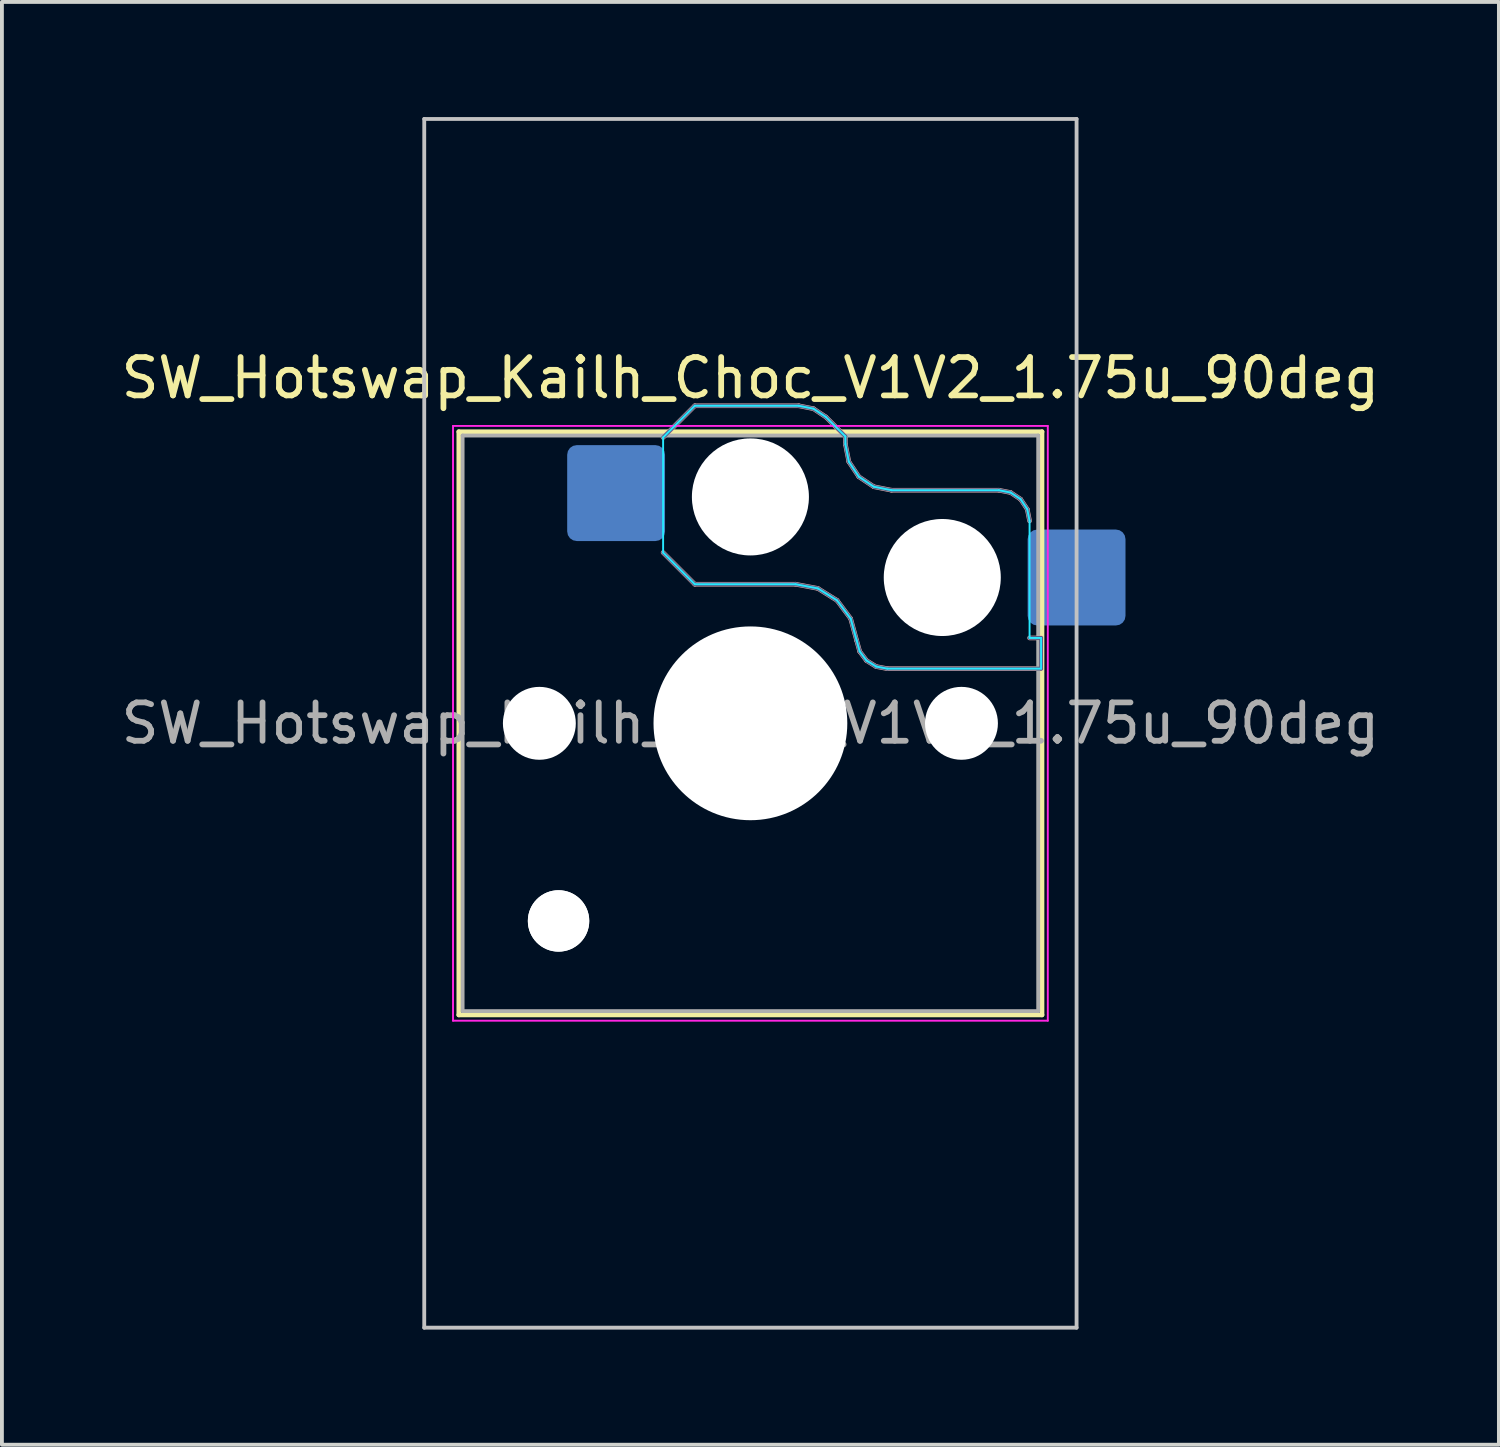
<source format=kicad_pcb>
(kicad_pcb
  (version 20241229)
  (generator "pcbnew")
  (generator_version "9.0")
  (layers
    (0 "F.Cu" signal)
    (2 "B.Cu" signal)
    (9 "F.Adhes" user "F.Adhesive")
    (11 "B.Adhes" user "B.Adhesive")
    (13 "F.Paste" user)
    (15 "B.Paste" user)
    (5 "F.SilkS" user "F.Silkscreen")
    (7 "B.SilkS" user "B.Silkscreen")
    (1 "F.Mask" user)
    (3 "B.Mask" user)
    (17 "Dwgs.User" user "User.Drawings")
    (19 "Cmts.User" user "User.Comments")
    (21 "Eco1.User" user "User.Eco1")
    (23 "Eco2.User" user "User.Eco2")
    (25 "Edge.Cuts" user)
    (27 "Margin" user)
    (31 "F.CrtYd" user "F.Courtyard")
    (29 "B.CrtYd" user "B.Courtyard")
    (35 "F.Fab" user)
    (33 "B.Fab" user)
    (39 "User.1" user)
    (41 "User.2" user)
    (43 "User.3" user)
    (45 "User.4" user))
  (footprint "SW_Hotswap_Kailh_Choc_V1V2_1.75u_90deg"
    (layer "F.Cu")
    (at 16.506 15.8)
    (property "Reference" "SW_Hotswap_Kailh_Choc_V1V2_1.75u_90deg" (at 0 -9 0) (layer "F.SilkS") (effects (font (size 1 1) (thickness 0.15))))
    (attr smd)
    (fp_line (start -7.6 -7.6) (end -7.6 7.6) (stroke (width 0.12) (type solid)) (layer "F.SilkS"))
    (fp_line (start -7.6 7.6) (end 7.6 7.6) (stroke (width 0.12) (type solid)) (layer "F.SilkS"))
    (fp_line (start 7.6 -7.6) (end -7.6 -7.6) (stroke (width 0.12) (type solid)) (layer "F.SilkS"))
    (fp_line (start 7.6 7.6) (end 7.6 -7.6) (stroke (width 0.12) (type solid)) (layer "F.SilkS"))
    (fp_line (start -2.275 -7.45) (end -1.45 -8.275) (stroke (width 0.12) (type solid)) (layer "B.SilkS"))
    (fp_line (start -1.45 -8.275) (end 1.261 -8.275) (stroke (width 0.12) (type solid)) (layer "B.SilkS"))
    (fp_line (start -1.45 -3.625) (end -2.275 -4.45) (stroke (width 0.12) (type solid)) (layer "B.SilkS"))
    (fp_line (start 1.175 -3.625) (end -1.45 -3.625) (stroke (width 0.12) (type solid)) (layer "B.SilkS"))
    (fp_line (start 1.261 -8.275) (end 1.643 -8.199) (stroke (width 0.12) (type solid)) (layer "B.SilkS"))
    (fp_line (start 1.643 -8.199) (end 1.968 -7.982) (stroke (width 0.12) (type solid)) (layer "B.SilkS"))
    (fp_line (start 1.756 -3.516) (end 1.175 -3.625) (stroke (width 0.12) (type solid)) (layer "B.SilkS"))
    (fp_line (start 1.968 -7.982) (end 2.475 -7.475) (stroke (width 0.12) (type solid)) (layer "B.SilkS"))
    (fp_line (start 2.258 -3.203) (end 1.756 -3.516) (stroke (width 0.12) (type solid)) (layer "B.SilkS"))
    (fp_line (start 2.475 -7.475) (end 2.475 -7.275) (stroke (width 0.12) (type solid)) (layer "B.SilkS"))
    (fp_line (start 2.475 -7.275) (end 2.566 -6.816) (stroke (width 0.12) (type solid)) (layer "B.SilkS"))
    (fp_line (start 2.566 -6.816) (end 2.826 -6.426) (stroke (width 0.12) (type solid)) (layer "B.SilkS"))
    (fp_line (start 2.612 -2.729) (end 2.258 -3.203) (stroke (width 0.12) (type solid)) (layer "B.SilkS"))
    (fp_line (start 2.769 -2.158) (end 2.612 -2.729) (stroke (width 0.12) (type solid)) (layer "B.SilkS"))
    (fp_line (start 2.826 -6.426) (end 3.216 -6.166) (stroke (width 0.12) (type solid)) (layer "B.SilkS"))
    (fp_line (start 2.848 -1.873) (end 2.769 -2.158) (stroke (width 0.12) (type solid)) (layer "B.SilkS"))
    (fp_line (start 3.025 -1.636) (end 2.848 -1.873) (stroke (width 0.12) (type solid)) (layer "B.SilkS"))
    (fp_line (start 3.216 -6.166) (end 3.675 -6.075) (stroke (width 0.12) (type solid)) (layer "B.SilkS"))
    (fp_line (start 3.276 -1.48) (end 3.025 -1.636) (stroke (width 0.12) (type solid)) (layer "B.SilkS"))
    (fp_line (start 3.567 -1.425) (end 3.276 -1.48) (stroke (width 0.12) (type solid)) (layer "B.SilkS"))
    (fp_line (start 3.675 -6.075) (end 6.475 -6.075) (stroke (width 0.12) (type solid)) (layer "B.SilkS"))
    (fp_line (start 6.475 -6.075) (end 6.781 -6.014) (stroke (width 0.12) (type solid)) (layer "B.SilkS"))
    (fp_line (start 6.781 -6.014) (end 7.041 -5.841) (stroke (width 0.12) (type solid)) (layer "B.SilkS"))
    (fp_line (start 7.041 -5.841) (end 7.214 -5.581) (stroke (width 0.12) (type solid)) (layer "B.SilkS"))
    (fp_line (start 7.214 -5.581) (end 7.275 -5.275) (stroke (width 0.12) (type solid)) (layer "B.SilkS"))
    (fp_line (start 7.275 -2.225) (end 7.575 -2.225) (stroke (width 0.12) (type solid)) (layer "B.SilkS"))
    (fp_line (start 7.575 -2.225) (end 7.575 -1.425) (stroke (width 0.12) (type solid)) (layer "B.SilkS"))
    (fp_line (start 7.575 -1.425) (end 3.567 -1.425) (stroke (width 0.12) (type solid)) (layer "B.SilkS"))
    (fp_line (start -8.5 -15.75) (end 8.5 -15.75) (stroke (width 0.1) (type solid)) (layer "Dwgs.User"))
    (fp_line (start -8.5 15.75) (end -8.5 -15.75) (stroke (width 0.1) (type solid)) (layer "Dwgs.User"))
    (fp_line (start 8.5 -15.75) (end 8.5 15.75) (stroke (width 0.1) (type solid)) (layer "Dwgs.User"))
    (fp_line (start 8.5 15.75) (end -8.5 15.75) (stroke (width 0.1) (type solid)) (layer "Dwgs.User"))
    (fp_line (start -7.25 -7.25) (end -7.25 7.25) (stroke (width 0.1) (type solid)) (layer "Eco1.User"))
    (fp_line (start -7.25 7.25) (end 7.25 7.25) (stroke (width 0.1) (type solid)) (layer "Eco1.User"))
    (fp_line (start 7.25 -7.25) (end -7.25 -7.25) (stroke (width 0.1) (type solid)) (layer "Eco1.User"))
    (fp_line (start 7.25 7.25) (end 7.25 -7.25) (stroke (width 0.1) (type solid)) (layer "Eco1.User"))
    (fp_line (start -2.275 -7.45) (end -1.45 -8.275) (stroke (width 0.05) (type solid)) (layer "B.CrtYd"))
    (fp_line (start -2.275 -4.45) (end -2.275 -7.45) (stroke (width 0.05) (type solid)) (layer "B.CrtYd"))
    (fp_line (start -1.45 -8.275) (end 1.261 -8.275) (stroke (width 0.05) (type solid)) (layer "B.CrtYd"))
    (fp_line (start -1.45 -3.625) (end -2.275 -4.45) (stroke (width 0.05) (type solid)) (layer "B.CrtYd"))
    (fp_line (start 1.175 -3.625) (end -1.45 -3.625) (stroke (width 0.05) (type solid)) (layer "B.CrtYd"))
    (fp_line (start 1.261 -8.275) (end 1.643 -8.199) (stroke (width 0.05) (type solid)) (layer "B.CrtYd"))
    (fp_line (start 1.643 -8.199) (end 1.968 -7.982) (stroke (width 0.05) (type solid)) (layer "B.CrtYd"))
    (fp_line (start 1.756 -3.516) (end 1.175 -3.625) (stroke (width 0.05) (type solid)) (layer "B.CrtYd"))
    (fp_line (start 1.968 -7.982) (end 2.475 -7.475) (stroke (width 0.05) (type solid)) (layer "B.CrtYd"))
    (fp_line (start 2.258 -3.203) (end 1.756 -3.516) (stroke (width 0.05) (type solid)) (layer "B.CrtYd"))
    (fp_line (start 2.475 -7.475) (end 2.475 -7.275) (stroke (width 0.05) (type solid)) (layer "B.CrtYd"))
    (fp_line (start 2.475 -7.275) (end 2.566 -6.816) (stroke (width 0.05) (type solid)) (layer "B.CrtYd"))
    (fp_line (start 2.566 -6.816) (end 2.826 -6.426) (stroke (width 0.05) (type solid)) (layer "B.CrtYd"))
    (fp_line (start 2.612 -2.729) (end 2.258 -3.203) (stroke (width 0.05) (type solid)) (layer "B.CrtYd"))
    (fp_line (start 2.769 -2.158) (end 2.612 -2.729) (stroke (width 0.05) (type solid)) (layer "B.CrtYd"))
    (fp_line (start 2.826 -6.426) (end 3.216 -6.166) (stroke (width 0.05) (type solid)) (layer "B.CrtYd"))
    (fp_line (start 2.848 -1.873) (end 2.769 -2.158) (stroke (width 0.05) (type solid)) (layer "B.CrtYd"))
    (fp_line (start 3.025 -1.636) (end 2.848 -1.873) (stroke (width 0.05) (type solid)) (layer "B.CrtYd"))
    (fp_line (start 3.216 -6.166) (end 3.675 -6.075) (stroke (width 0.05) (type solid)) (layer "B.CrtYd"))
    (fp_line (start 3.276 -1.48) (end 3.025 -1.636) (stroke (width 0.05) (type solid)) (layer "B.CrtYd"))
    (fp_line (start 3.567 -1.425) (end 3.276 -1.48) (stroke (width 0.05) (type solid)) (layer "B.CrtYd"))
    (fp_line (start 3.675 -6.075) (end 6.475 -6.075) (stroke (width 0.05) (type solid)) (layer "B.CrtYd"))
    (fp_line (start 6.475 -6.075) (end 6.781 -6.014) (stroke (width 0.05) (type solid)) (layer "B.CrtYd"))
    (fp_line (start 6.781 -6.014) (end 7.041 -5.841) (stroke (width 0.05) (type solid)) (layer "B.CrtYd"))
    (fp_line (start 7.041 -5.841) (end 7.214 -5.581) (stroke (width 0.05) (type solid)) (layer "B.CrtYd"))
    (fp_line (start 7.214 -5.581) (end 7.275 -5.275) (stroke (width 0.05) (type solid)) (layer "B.CrtYd"))
    (fp_line (start 7.275 -5.275) (end 7.275 -2.225) (stroke (width 0.05) (type solid)) (layer "B.CrtYd"))
    (fp_line (start 7.275 -2.225) (end 7.575 -2.225) (stroke (width 0.05) (type solid)) (layer "B.CrtYd"))
    (fp_line (start 7.575 -2.225) (end 7.575 -1.425) (stroke (width 0.05) (type solid)) (layer "B.CrtYd"))
    (fp_line (start 7.575 -1.425) (end 3.567 -1.425) (stroke (width 0.05) (type solid)) (layer "B.CrtYd"))
    (fp_line (start -7.75 -7.75) (end -7.75 7.75) (stroke (width 0.05) (type solid)) (layer "F.CrtYd"))
    (fp_line (start -7.75 7.75) (end 7.75 7.75) (stroke (width 0.05) (type solid)) (layer "F.CrtYd"))
    (fp_line (start 7.75 -7.75) (end -7.75 -7.75) (stroke (width 0.05) (type solid)) (layer "F.CrtYd"))
    (fp_line (start 7.75 7.75) (end 7.75 -7.75) (stroke (width 0.05) (type solid)) (layer "F.CrtYd"))
    (fp_line (start -2.275 -7.45) (end -1.45 -8.275) (stroke (width 0.1) (type solid)) (layer "B.Fab"))
    (fp_line (start -1.45 -8.275) (end 1.261 -8.275) (stroke (width 0.1) (type solid)) (layer "B.Fab"))
    (fp_line (start -1.45 -3.625) (end -2.275 -4.45) (stroke (width 0.1) (type solid)) (layer "B.Fab"))
    (fp_line (start 1.175 -3.625) (end -1.45 -3.625) (stroke (width 0.1) (type solid)) (layer "B.Fab"))
    (fp_line (start 1.261 -8.275) (end 1.643 -8.199) (stroke (width 0.1) (type solid)) (layer "B.Fab"))
    (fp_line (start 1.643 -8.199) (end 1.968 -7.982) (stroke (width 0.1) (type solid)) (layer "B.Fab"))
    (fp_line (start 1.756 -3.516) (end 1.175 -3.625) (stroke (width 0.1) (type solid)) (layer "B.Fab"))
    (fp_line (start 1.968 -7.982) (end 2.475 -7.475) (stroke (width 0.1) (type solid)) (layer "B.Fab"))
    (fp_line (start 2.258 -3.203) (end 1.756 -3.516) (stroke (width 0.1) (type solid)) (layer "B.Fab"))
    (fp_line (start 2.475 -7.475) (end 2.475 -7.275) (stroke (width 0.1) (type solid)) (layer "B.Fab"))
    (fp_line (start 2.475 -7.275) (end 2.566 -6.816) (stroke (width 0.1) (type solid)) (layer "B.Fab"))
    (fp_line (start 2.566 -6.816) (end 2.826 -6.426) (stroke (width 0.1) (type solid)) (layer "B.Fab"))
    (fp_line (start 2.612 -2.729) (end 2.258 -3.203) (stroke (width 0.1) (type solid)) (layer "B.Fab"))
    (fp_line (start 2.769 -2.158) (end 2.612 -2.729) (stroke (width 0.1) (type solid)) (layer "B.Fab"))
    (fp_line (start 2.826 -6.426) (end 3.216 -6.166) (stroke (width 0.1) (type solid)) (layer "B.Fab"))
    (fp_line (start 2.848 -1.873) (end 2.769 -2.158) (stroke (width 0.1) (type solid)) (layer "B.Fab"))
    (fp_line (start 3.025 -1.636) (end 2.848 -1.873) (stroke (width 0.1) (type solid)) (layer "B.Fab"))
    (fp_line (start 3.216 -6.166) (end 3.675 -6.075) (stroke (width 0.1) (type solid)) (layer "B.Fab"))
    (fp_line (start 3.276 -1.48) (end 3.025 -1.636) (stroke (width 0.1) (type solid)) (layer "B.Fab"))
    (fp_line (start 3.567 -1.425) (end 3.276 -1.48) (stroke (width 0.1) (type solid)) (layer "B.Fab"))
    (fp_line (start 3.675 -6.075) (end 6.475 -6.075) (stroke (width 0.1) (type solid)) (layer "B.Fab"))
    (fp_line (start 6.475 -6.075) (end 6.781 -6.014) (stroke (width 0.1) (type solid)) (layer "B.Fab"))
    (fp_line (start 6.781 -6.014) (end 7.041 -5.841) (stroke (width 0.1) (type solid)) (layer "B.Fab"))
    (fp_line (start 7.041 -5.841) (end 7.214 -5.581) (stroke (width 0.1) (type solid)) (layer "B.Fab"))
    (fp_line (start 7.214 -5.581) (end 7.275 -5.275) (stroke (width 0.1) (type solid)) (layer "B.Fab"))
    (fp_line (start 7.275 -2.225) (end 7.575 -2.225) (stroke (width 0.1) (type solid)) (layer "B.Fab"))
    (fp_line (start 7.575 -2.225) (end 7.575 -1.425) (stroke (width 0.1) (type solid)) (layer "B.Fab"))
    (fp_line (start 7.575 -1.425) (end 3.567 -1.425) (stroke (width 0.1) (type solid)) (layer "B.Fab"))
    (fp_line (start -7.5 -7.5) (end -7.5 7.5) (stroke (width 0.1) (type solid)) (layer "F.Fab"))
    (fp_line (start -7.5 7.5) (end 7.5 7.5) (stroke (width 0.1) (type solid)) (layer "F.Fab"))
    (fp_line (start 7.5 -7.5) (end -7.5 -7.5) (stroke (width 0.1) (type solid)) (layer "F.Fab"))
    (fp_line (start 7.5 7.5) (end 7.5 -7.5) (stroke (width 0.1) (type solid)) (layer "F.Fab"))
    (fp_text user "${REFERENCE}" (at 0 0 0) (layer "F.Fab") (effects (font (size 1 1) (thickness 0.15))))
    (pad "" np_thru_hole circle (at -5.5 0) (size 1.9 1.9) (drill 1.9) (layers "*.Cu" "*.Mask"))
    (pad "" np_thru_hole circle (at -5 5.15) (size 1.6 1.6) (drill 1.6) (layers "*.Cu" "*.Mask"))
    (pad "" np_thru_hole circle (at -5 5.15) (size 1.6 1.6) (drill 1.6) (layers "*.Cu" "*.Mask"))
    (pad "" np_thru_hole circle (at 0 -5.9) (size 3.05 3.05) (drill 3.05) (layers "*.Cu" "*.Mask"))
    (pad "" np_thru_hole circle (at 0 0) (size 5.05 5.05) (drill 5.05) (layers "*.Cu" "*.Mask"))
    (pad "" np_thru_hole circle (at 5 -3.8) (size 3.05 3.05) (drill 3.05) (layers "*.Cu" "*.Mask"))
    (pad "" np_thru_hole circle (at 5.5 0) (size 1.9 1.9) (drill 1.9) (layers "*.Cu" "*.Mask"))
    (pad "1" smd roundrect (at -3.5 -6) (size 2.55 2.5) (layers "B.Cu" "B.Mask" "B.Paste") (roundrect_rratio 0.1))
    (pad "2" smd roundrect (at 8.5 -3.8) (size 2.55 2.5) (layers "B.Cu" "B.Mask" "B.Paste") (roundrect_rratio 0.1)))
  (gr_rect
    (start -3 -3)
    (end 36.012 34.6)
    (stroke (width 0.1) (type default))
    (fill no)
    (layer "Edge.Cuts")))
</source>
